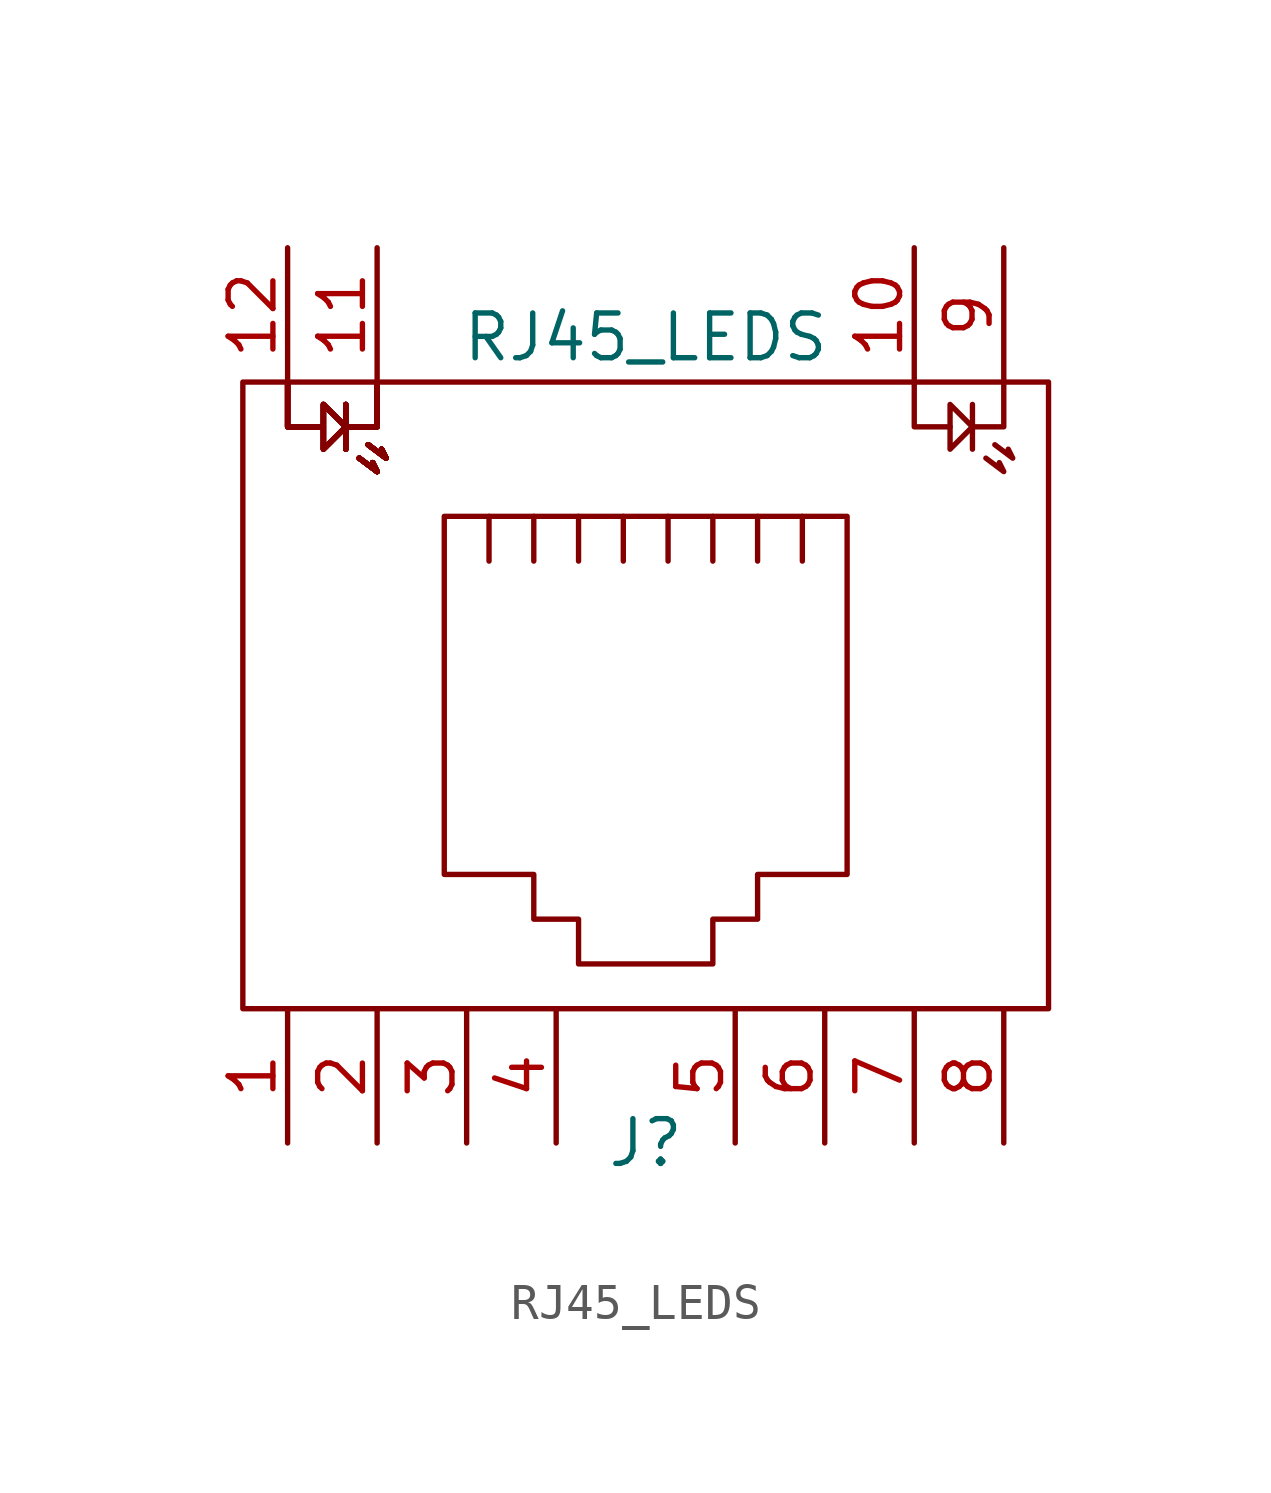
<source format=kicad_sym>
(kicad_symbol_lib
  (version 20231120)
  (generator "kicad_symbol_editor")
  (generator_version "8.0")
  (symbol "RJ45_LEDS"
    (pin_names
      (offset 1.016))
    (property "Reference" "J"
      (at 0 -12.7 0)
      (effects (font (size 1.27 1.27))))
    (property "Value" "RJ45_LEDS"
      (at 0 10.16 0)
      (effects (font (size 1.27 1.27))))
    (property "Footprint" ""
      (at 0 -1.27 0)
      (effects (font (size 1.27 1.27))))
    (property "Datasheet" ""
      (at 0 -1.27 0)
      (effects (font (size 1.27 1.27))))
    (symbol "RJ45_LEDS_0_1"
      (rectangle (start -11.43 -8.89) (end 11.43 8.89) (stroke (width 0) (type solid)) (fill (type none)))
      (polyline (pts (xy 9.271 8.255) (xy 9.271 6.985)) (stroke (width 0) (type solid)) (fill (type none)))
      (polyline (pts (xy -10.16 8.89) (xy -10.16 7.62) (xy -9.652 7.62)) (stroke (width 0) (type solid)) (fill (type none)))
      (polyline (pts (xy -10.16 8.89) (xy -10.16 7.62) (xy -9.652 7.62)) (stroke (width 0) (type solid)) (fill (type none)))
      (polyline (pts (xy -10.16 8.89) (xy -10.16 7.62) (xy -9.652 7.62)) (stroke (width 0) (type solid)) (fill (type none)))
      (polyline (pts (xy -10.16 8.89) (xy -10.16 7.62) (xy -9.652 7.62)) (stroke (width 0) (type solid)) (fill (type none)))
      (polyline (pts (xy -10.16 8.89) (xy -10.16 7.62) (xy -9.652 7.62)) (stroke (width 0) (type solid)) (fill (type none)))
      (polyline (pts (xy -10.16 8.89) (xy -10.16 7.62) (xy -9.652 7.62)) (stroke (width 0) (type solid)) (fill (type none)))
      (polyline (pts (xy -10.16 8.89) (xy -10.16 7.62) (xy -9.652 7.62)) (stroke (width 0) (type solid)) (fill (type none)))
      (polyline (pts (xy -10.16 8.89) (xy -10.16 7.62) (xy -9.652 7.62)) (stroke (width 0) (type solid)) (fill (type none)))
      (polyline (pts (xy -8.128 6.731) (xy -7.62 6.35) (xy -7.747 6.604)) (stroke (width 0) (type solid)) (fill (type none)))
      (polyline (pts (xy -8.128 6.731) (xy -7.62 6.35) (xy -7.747 6.604)) (stroke (width 0) (type solid)) (fill (type none)))
      (polyline (pts (xy -8.128 6.731) (xy -7.62 6.35) (xy -7.747 6.604)) (stroke (width 0) (type solid)) (fill (type none)))
      (polyline (pts (xy -8.128 6.731) (xy -7.62 6.35) (xy -7.747 6.604)) (stroke (width 0) (type solid)) (fill (type none)))
      (polyline (pts (xy -8.128 6.731) (xy -7.62 6.35) (xy -7.747 6.604)) (stroke (width 0) (type solid)) (fill (type none)))
      (polyline (pts (xy -8.128 6.731) (xy -7.62 6.35) (xy -7.747 6.604)) (stroke (width 0) (type solid)) (fill (type none)))
      (polyline (pts (xy -8.128 6.731) (xy -7.62 6.35) (xy -7.747 6.604)) (stroke (width 0) (type solid)) (fill (type none)))
      (polyline (pts (xy -8.128 6.731) (xy -7.62 6.35) (xy -7.747 6.604)) (stroke (width 0) (type solid)) (fill (type none)))
      (polyline (pts (xy -8.128 6.731) (xy -7.62 6.35) (xy -7.747 6.604)) (stroke (width 0) (type solid)) (fill (type none)))
      (polyline (pts (xy -8.128 6.731) (xy -7.62 6.35) (xy -7.747 6.604)) (stroke (width 0) (type solid)) (fill (type none)))
      (polyline (pts (xy -8.128 6.731) (xy -7.62 6.35) (xy -7.747 6.604)) (stroke (width 0) (type solid)) (fill (type none)))
      (polyline (pts (xy -8.128 6.731) (xy -7.62 6.35) (xy -7.747 6.604)) (stroke (width 0) (type solid)) (fill (type none)))
      (polyline (pts (xy -8.128 6.731) (xy -7.62 6.35) (xy -7.747 6.604)) (stroke (width 0) (type solid)) (fill (type none)))
      (polyline (pts (xy -8.128 6.731) (xy -7.62 6.35) (xy -7.747 6.604)) (stroke (width 0) (type solid)) (fill (type none)))
      (polyline (pts (xy -8.128 6.731) (xy -7.62 6.35) (xy -7.747 6.604)) (stroke (width 0) (type solid)) (fill (type none)))
      (polyline (pts (xy -8.128 6.731) (xy -7.62 6.35) (xy -7.747 6.604)) (stroke (width 0) (type solid)) (fill (type none)))
      (polyline (pts (xy -7.874 7.112) (xy -7.366 6.731) (xy -7.493 6.985)) (stroke (width 0) (type solid)) (fill (type none)))
      (polyline (pts (xy -7.874 7.112) (xy -7.366 6.731) (xy -7.493 6.985)) (stroke (width 0) (type solid)) (fill (type none)))
      (polyline (pts (xy -7.874 7.112) (xy -7.366 6.731) (xy -7.493 6.985)) (stroke (width 0) (type solid)) (fill (type none)))
      (polyline (pts (xy -7.874 7.112) (xy -7.366 6.731) (xy -7.493 6.985)) (stroke (width 0) (type solid)) (fill (type none)))
      (polyline (pts (xy -7.874 7.112) (xy -7.366 6.731) (xy -7.493 6.985)) (stroke (width 0) (type solid)) (fill (type none)))
      (polyline (pts (xy -7.874 7.112) (xy -7.366 6.731) (xy -7.493 6.985)) (stroke (width 0) (type solid)) (fill (type none)))
      (polyline (pts (xy -7.874 7.112) (xy -7.366 6.731) (xy -7.493 6.985)) (stroke (width 0) (type solid)) (fill (type none)))
      (polyline (pts (xy -7.874 7.112) (xy -7.366 6.731) (xy -7.493 6.985)) (stroke (width 0) (type solid)) (fill (type none)))
      (polyline (pts (xy -7.874 7.112) (xy -7.366 6.731) (xy -7.493 6.985)) (stroke (width 0) (type solid)) (fill (type none)))
      (polyline (pts (xy -7.874 7.112) (xy -7.366 6.731) (xy -7.493 6.985)) (stroke (width 0) (type solid)) (fill (type none)))
      (polyline (pts (xy -7.874 7.112) (xy -7.366 6.731) (xy -7.493 6.985)) (stroke (width 0) (type solid)) (fill (type none)))
      (polyline (pts (xy -7.874 7.112) (xy -7.366 6.731) (xy -7.493 6.985)) (stroke (width 0) (type solid)) (fill (type none)))
      (polyline (pts (xy -7.874 7.112) (xy -7.366 6.731) (xy -7.493 6.985)) (stroke (width 0) (type solid)) (fill (type none)))
      (polyline (pts (xy -7.874 7.112) (xy -7.366 6.731) (xy -7.493 6.985)) (stroke (width 0) (type solid)) (fill (type none)))
      (polyline (pts (xy -7.874 7.112) (xy -7.366 6.731) (xy -7.493 6.985)) (stroke (width 0) (type solid)) (fill (type none)))
      (polyline (pts (xy -7.874 7.112) (xy -7.366 6.731) (xy -7.493 6.985)) (stroke (width 0) (type solid)) (fill (type none)))
      (polyline (pts (xy -7.62 8.89) (xy -7.62 7.62) (xy -8.128 7.62)) (stroke (width 0) (type solid)) (fill (type none)))
      (polyline (pts (xy -7.62 8.89) (xy -7.62 7.62) (xy -8.128 7.62)) (stroke (width 0) (type solid)) (fill (type none)))
      (polyline (pts (xy -7.62 8.89) (xy -7.62 7.62) (xy -8.128 7.62)) (stroke (width 0) (type solid)) (fill (type none)))
      (polyline (pts (xy -7.62 8.89) (xy -7.62 7.62) (xy -8.128 7.62)) (stroke (width 0) (type solid)) (fill (type none)))
      (polyline (pts (xy -7.62 8.89) (xy -7.62 7.62) (xy -8.128 7.62)) (stroke (width 0) (type solid)) (fill (type none)))
      (polyline (pts (xy -7.62 8.89) (xy -7.62 7.62) (xy -8.128 7.62)) (stroke (width 0) (type solid)) (fill (type none)))
      (polyline (pts (xy -7.62 8.89) (xy -7.62 7.62) (xy -8.128 7.62)) (stroke (width 0) (type solid)) (fill (type none)))
      (polyline (pts (xy -7.62 8.89) (xy -7.62 7.62) (xy -8.128 7.62)) (stroke (width 0) (type solid)) (fill (type none)))
      (polyline (pts (xy -4.445 3.81) (xy -4.445 5.08) (xy -4.445 5.08)) (stroke (width 0) (type solid)) (fill (type none)))
      (polyline (pts (xy -3.175 5.08) (xy -3.175 3.81) (xy -3.175 3.81)) (stroke (width 0) (type solid)) (fill (type none)))
      (polyline (pts (xy -1.905 5.08) (xy -1.905 3.81) (xy -1.905 3.81)) (stroke (width 0) (type solid)) (fill (type none)))
      (polyline (pts (xy -0.635 5.08) (xy -0.635 3.81) (xy -0.635 3.81)) (stroke (width 0) (type solid)) (fill (type none)))
      (polyline (pts (xy 0.635 5.08) (xy 0.635 3.81) (xy 0.635 3.81)) (stroke (width 0) (type solid)) (fill (type none)))
      (polyline (pts (xy 1.905 5.08) (xy 1.905 3.81) (xy 1.905 3.81)) (stroke (width 0) (type solid)) (fill (type none)))
      (polyline (pts (xy 3.175 3.81) (xy 3.175 5.08) (xy 3.175 5.08)) (stroke (width 0) (type solid)) (fill (type none)))
      (polyline (pts (xy 4.445 3.81) (xy 4.445 5.08) (xy 4.445 5.08)) (stroke (width 0) (type solid)) (fill (type none)))
      (polyline (pts (xy 7.62 8.89) (xy 7.62 7.62) (xy 8.636 7.62)) (stroke (width 0) (type solid)) (fill (type none)))
      (polyline (pts (xy 9.271 7.62) (xy 10.16 7.62) (xy 10.16 8.89)) (stroke (width 0) (type solid)) (fill (type none)))
      (polyline (pts (xy 9.652 6.731) (xy 10.16 6.35) (xy 10.033 6.604)) (stroke (width 0) (type solid)) (fill (type none)))
      (polyline (pts (xy 9.906 7.112) (xy 10.414 6.731) (xy 10.287 6.985)) (stroke (width 0) (type solid)) (fill (type none)))
      (polyline (pts (xy -8.509 8.255) (xy -8.509 6.985) (xy -8.509 7.62) (xy -7.874 7.62)) (stroke (width 0) (type solid)) (fill (type none)))
      (polyline (pts (xy -8.509 8.255) (xy -8.509 6.985) (xy -8.509 7.62) (xy -7.874 7.62)) (stroke (width 0) (type solid)) (fill (type none)))
      (polyline (pts (xy -8.509 8.255) (xy -8.509 6.985) (xy -8.509 7.62) (xy -7.874 7.62)) (stroke (width 0) (type solid)) (fill (type none)))
      (polyline (pts (xy -8.509 8.255) (xy -8.509 6.985) (xy -8.509 7.62) (xy -7.874 7.62)) (stroke (width 0) (type solid)) (fill (type none)))
      (polyline (pts (xy -8.509 8.255) (xy -8.509 6.985) (xy -8.509 7.62) (xy -7.874 7.62)) (stroke (width 0) (type solid)) (fill (type none)))
      (polyline (pts (xy -8.509 8.255) (xy -8.509 6.985) (xy -8.509 7.62) (xy -7.874 7.62)) (stroke (width 0) (type solid)) (fill (type none)))
      (polyline (pts (xy -8.509 8.255) (xy -8.509 6.985) (xy -8.509 7.62) (xy -7.874 7.62)) (stroke (width 0) (type solid)) (fill (type none)))
      (polyline (pts (xy -8.509 8.255) (xy -8.509 6.985) (xy -8.509 7.62) (xy -7.874 7.62)) (stroke (width 0) (type solid)) (fill (type none)))
      (polyline (pts (xy 8.636 7.62) (xy 8.636 8.255) (xy 9.271 7.62) (xy 8.636 6.985) (xy 8.636 7.62)) (stroke (width 0) (type solid)) (fill (type none)))
      (polyline (pts (xy -9.779 7.62) (xy -9.144 7.62) (xy -9.144 8.255) (xy -8.509 7.62) (xy -9.144 6.985) (xy -9.144 7.62)) (stroke (width 0) (type solid)) (fill (type none)))
      (polyline (pts (xy -9.779 7.62) (xy -9.144 7.62) (xy -9.144 8.255) (xy -8.509 7.62) (xy -9.144 6.985) (xy -9.144 7.62)) (stroke (width 0) (type solid)) (fill (type none)))
      (polyline (pts (xy -9.779 7.62) (xy -9.144 7.62) (xy -9.144 8.255) (xy -8.509 7.62) (xy -9.144 6.985) (xy -9.144 7.62)) (stroke (width 0) (type solid)) (fill (type none)))
      (polyline (pts (xy -9.779 7.62) (xy -9.144 7.62) (xy -9.144 8.255) (xy -8.509 7.62) (xy -9.144 6.985) (xy -9.144 7.62)) (stroke (width 0) (type solid)) (fill (type none)))
      (polyline (pts (xy -9.779 7.62) (xy -9.144 7.62) (xy -9.144 8.255) (xy -8.509 7.62) (xy -9.144 6.985) (xy -9.144 7.62)) (stroke (width 0) (type solid)) (fill (type none)))
      (polyline (pts (xy -9.779 7.62) (xy -9.144 7.62) (xy -9.144 8.255) (xy -8.509 7.62) (xy -9.144 6.985) (xy -9.144 7.62)) (stroke (width 0) (type solid)) (fill (type none)))
      (polyline (pts (xy -9.779 7.62) (xy -9.144 7.62) (xy -9.144 8.255) (xy -8.509 7.62) (xy -9.144 6.985) (xy -9.144 7.62)) (stroke (width 0) (type solid)) (fill (type none)))
      (polyline (pts (xy -9.779 7.62) (xy -9.144 7.62) (xy -9.144 8.255) (xy -8.509 7.62) (xy -9.144 6.985) (xy -9.144 7.62)) (stroke (width 0) (type solid)) (fill (type none)))
      (polyline (pts (xy -5.715 5.08) (xy 5.715 5.08) (xy 5.715 -5.08) (xy 3.175 -5.08) (xy 3.175 -6.35) (xy 1.905 -6.35) (xy 1.905 -7.62) (xy -1.905 -7.62) (xy -1.905 -6.35) (xy -3.175 -6.35) (xy -3.175 -5.08) (xy -5.715 -5.08) (xy -5.715 5.08) (xy -5.715 5.08)) (stroke (width 0) (type solid)) (fill (type none))))
    (symbol "RJ45_LEDS_1_1"
      (pin passive line (at -10.16 -12.7 90) (length 3.81) (name "~" (effects (font (size 1.27 1.27)))) (number "1" (effects (font (size 1.27 1.27)))))
      (pin passive line (at 7.62 12.7 270) (length 3.81) (name "~" (effects (font (size 1.27 1.27)))) (number "10" (effects (font (size 1.27 1.27)))))
      (pin passive line (at -7.62 12.7 270) (length 3.81) (name "~" (effects (font (size 1.27 1.27)))) (number "11" (effects (font (size 1.27 1.27)))))
      (pin passive line (at -10.16 12.7 270) (length 3.81) (name "~" (effects (font (size 1.27 1.27)))) (number "12" (effects (font (size 1.27 1.27)))))
      (pin passive line (at -7.62 -12.7 90) (length 3.81) (name "~" (effects (font (size 1.27 1.27)))) (number "2" (effects (font (size 1.27 1.27)))))
      (pin passive line (at -5.08 -12.7 90) (length 3.81) (name "~" (effects (font (size 1.27 1.27)))) (number "3" (effects (font (size 1.27 1.27)))))
      (pin passive line (at -2.54 -12.7 90) (length 3.81) (name "~" (effects (font (size 1.27 1.27)))) (number "4" (effects (font (size 1.27 1.27)))))
      (pin passive line (at 2.54 -12.7 90) (length 3.81) (name "~" (effects (font (size 1.27 1.27)))) (number "5" (effects (font (size 1.27 1.27)))))
      (pin passive line (at 5.08 -12.7 90) (length 3.81) (name "~" (effects (font (size 1.27 1.27)))) (number "6" (effects (font (size 1.27 1.27)))))
      (pin passive line (at 7.62 -12.7 90) (length 3.81) (name "~" (effects (font (size 1.27 1.27)))) (number "7" (effects (font (size 1.27 1.27)))))
      (pin passive line (at 10.16 -12.7 90) (length 3.81) (name "~" (effects (font (size 1.27 1.27)))) (number "8" (effects (font (size 1.27 1.27)))))
      (pin passive line (at 10.16 12.7 270) (length 3.81) (name "~" (effects (font (size 1.27 1.27)))) (number "9" (effects (font (size 1.27 1.27))))))))
</source>
